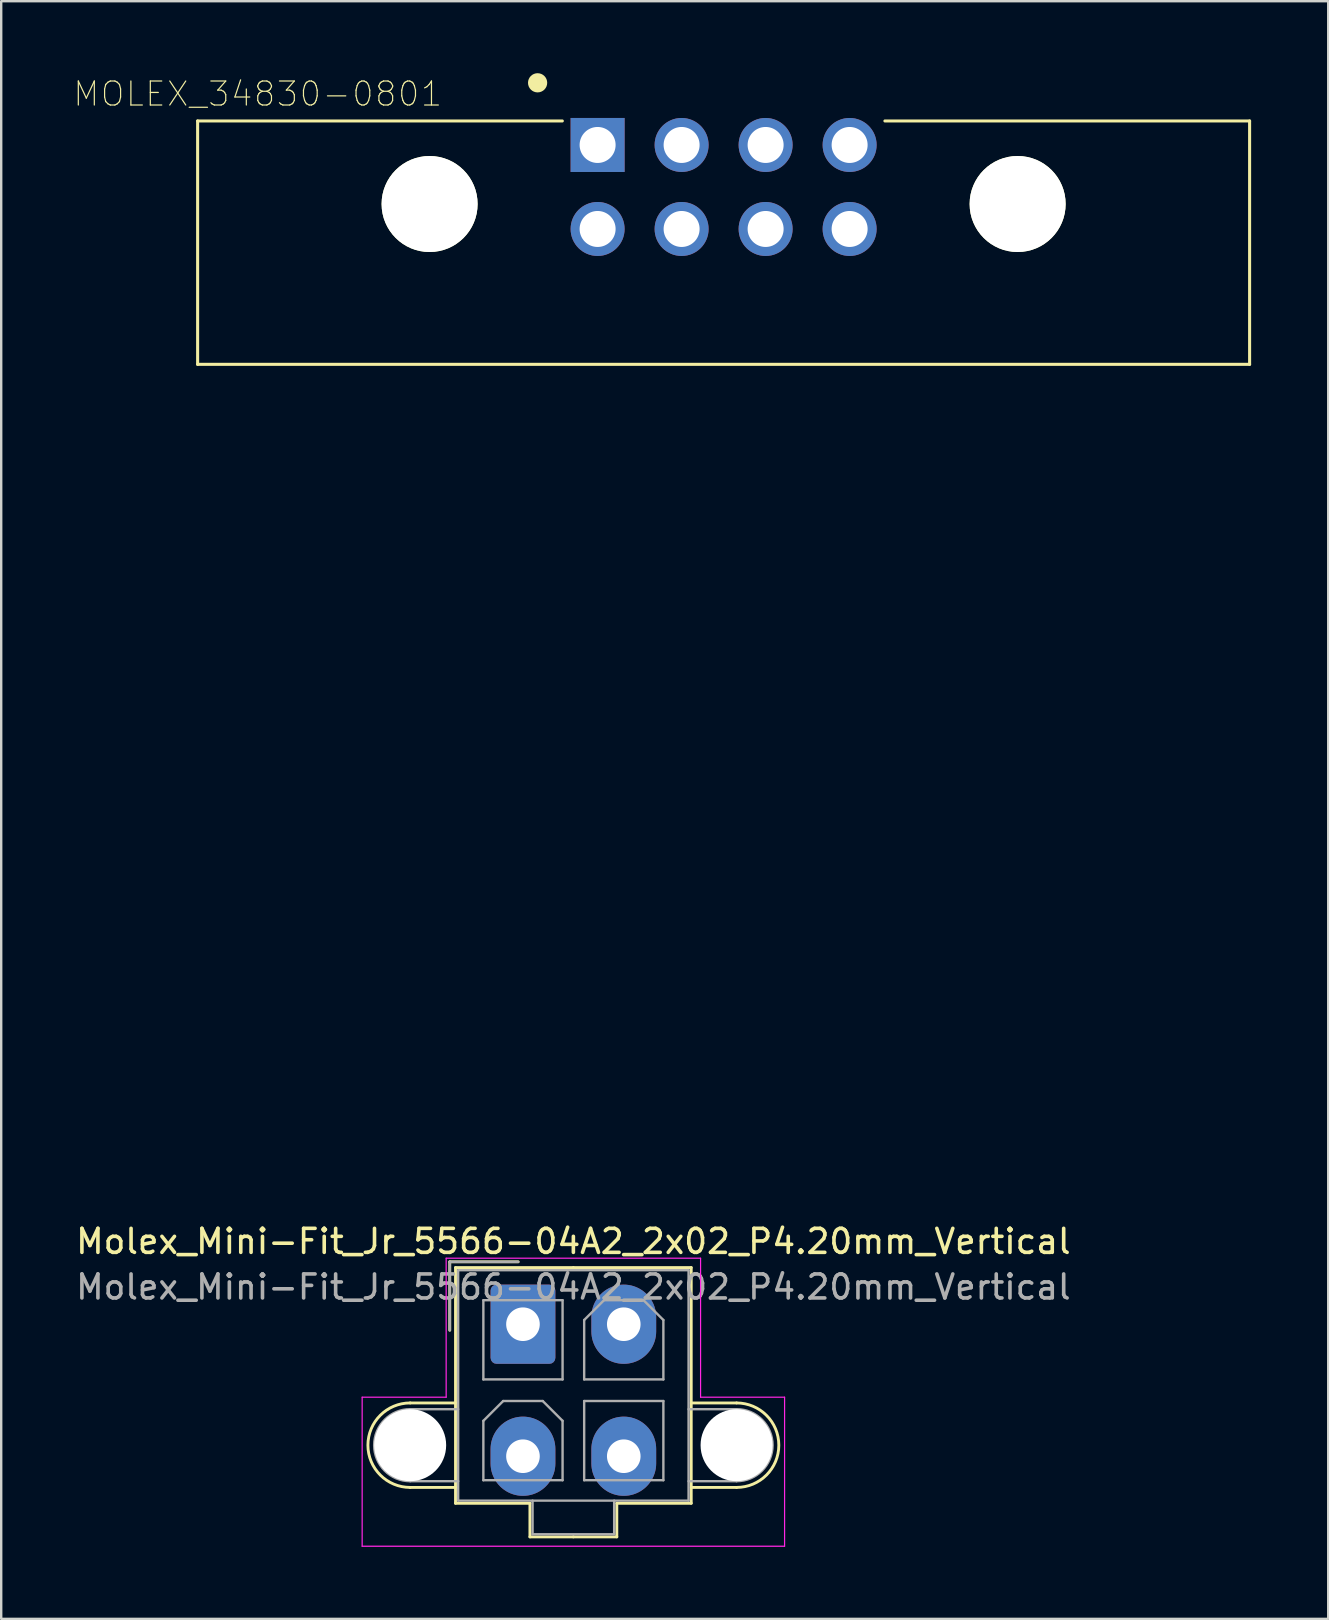
<source format=kicad_pcb>
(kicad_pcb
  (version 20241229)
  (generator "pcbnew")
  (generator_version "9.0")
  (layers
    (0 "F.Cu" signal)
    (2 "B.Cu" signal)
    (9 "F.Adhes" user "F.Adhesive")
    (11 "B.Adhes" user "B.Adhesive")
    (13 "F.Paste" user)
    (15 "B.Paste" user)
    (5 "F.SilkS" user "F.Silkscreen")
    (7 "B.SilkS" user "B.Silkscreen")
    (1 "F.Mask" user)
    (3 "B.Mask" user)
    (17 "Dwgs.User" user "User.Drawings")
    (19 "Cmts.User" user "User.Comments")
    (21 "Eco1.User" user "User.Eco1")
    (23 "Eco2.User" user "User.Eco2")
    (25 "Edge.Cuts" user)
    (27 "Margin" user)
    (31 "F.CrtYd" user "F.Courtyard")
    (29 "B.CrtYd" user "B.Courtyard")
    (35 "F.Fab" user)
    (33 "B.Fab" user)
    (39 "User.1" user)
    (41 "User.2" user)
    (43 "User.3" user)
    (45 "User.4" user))
  (footprint "Molex_Mini-Fit_Jr_5566-04A2_2x02_P4.20mm_Vertical"
    (layer "F.Cu")
    (at 18.739 52.123)
    (property "Reference" "Molex_Mini-Fit_Jr_5566-04A2_2x02_P4.20mm_Vertical" (at 2.1 -3.45 0) (layer "F.SilkS") (effects (font (size 1 1) (thickness 0.15))))
    (attr through_hole)
    (fp_line (start -4.7 3.28) (end -2.81 3.28) (stroke (width 0.12) (type solid)) (layer "F.SilkS"))
    (fp_line (start -4.7 6.8) (end -2.81 6.8) (stroke (width 0.12) (type solid)) (layer "F.SilkS"))
    (fp_line (start -3.05 -2.6) (end -3.05 0.25) (stroke (width 0.12) (type solid)) (layer "F.SilkS"))
    (fp_line (start -2.81 -2.36) (end -2.81 7.46) (stroke (width 0.12) (type solid)) (layer "F.SilkS"))
    (fp_line (start -2.81 7.46) (end 0.29 7.46) (stroke (width 0.12) (type solid)) (layer "F.SilkS"))
    (fp_line (start -0.2 -2.6) (end -3.05 -2.6) (stroke (width 0.12) (type solid)) (layer "F.SilkS"))
    (fp_line (start 0.29 7.46) (end 0.29 8.86) (stroke (width 0.12) (type solid)) (layer "F.SilkS"))
    (fp_line (start 0.29 8.86) (end 2.1 8.86) (stroke (width 0.12) (type solid)) (layer "F.SilkS"))
    (fp_line (start 2.1 -2.36) (end -2.81 -2.36) (stroke (width 0.12) (type solid)) (layer "F.SilkS"))
    (fp_line (start 2.1 -2.36) (end 7.01 -2.36) (stroke (width 0.12) (type solid)) (layer "F.SilkS"))
    (fp_line (start 3.91 7.46) (end 3.91 8.86) (stroke (width 0.12) (type solid)) (layer "F.SilkS"))
    (fp_line (start 3.91 8.86) (end 2.1 8.86) (stroke (width 0.12) (type solid)) (layer "F.SilkS"))
    (fp_line (start 7.01 -2.36) (end 7.01 7.46) (stroke (width 0.12) (type solid)) (layer "F.SilkS"))
    (fp_line (start 7.01 7.46) (end 3.91 7.46) (stroke (width 0.12) (type solid)) (layer "F.SilkS"))
    (fp_line (start 8.9 3.28) (end 7.01 3.28) (stroke (width 0.12) (type solid)) (layer "F.SilkS"))
    (fp_line (start 8.9 6.8) (end 7.01 6.8) (stroke (width 0.12) (type solid)) (layer "F.SilkS"))
    (fp_arc (start -4.7 6.8) (mid -6.46 5.04) (end -4.7 3.28) (stroke (width 0.12) (type solid)) (layer "F.SilkS"))
    (fp_arc (start 8.9 3.28) (mid 10.66 5.04) (end 8.9 6.8) (stroke (width 0.12) (type solid)) (layer "F.SilkS"))
    (fp_line (start -6.7 3.04) (end -6.7 9.25) (stroke (width 0.05) (type solid)) (layer "F.CrtYd"))
    (fp_line (start -6.7 9.25) (end 10.9 9.25) (stroke (width 0.05) (type solid)) (layer "F.CrtYd"))
    (fp_line (start -3.2 -2.75) (end -3.2 3.04) (stroke (width 0.05) (type solid)) (layer "F.CrtYd"))
    (fp_line (start -3.2 3.04) (end -6.7 3.04) (stroke (width 0.05) (type solid)) (layer "F.CrtYd"))
    (fp_line (start 7.4 -2.75) (end -3.2 -2.75) (stroke (width 0.05) (type solid)) (layer "F.CrtYd"))
    (fp_line (start 7.4 3.04) (end 7.4 -2.75) (stroke (width 0.05) (type solid)) (layer "F.CrtYd"))
    (fp_line (start 10.9 3.04) (end 7.4 3.04) (stroke (width 0.05) (type solid)) (layer "F.CrtYd"))
    (fp_line (start 10.9 9.25) (end 10.9 3.04) (stroke (width 0.05) (type solid)) (layer "F.CrtYd"))
    (fp_line (start -4.7 3.54) (end -2.7 3.54) (stroke (width 0.1) (type solid)) (layer "F.Fab"))
    (fp_line (start -4.7 6.54) (end -2.7 6.54) (stroke (width 0.1) (type solid)) (layer "F.Fab"))
    (fp_line (start -3.05 -2.6) (end -3.05 0.25) (stroke (width 0.1) (type solid)) (layer "F.Fab"))
    (fp_line (start -2.7 -2.25) (end -2.7 7.35) (stroke (width 0.1) (type solid)) (layer "F.Fab"))
    (fp_line (start -2.7 7.35) (end 6.9 7.35) (stroke (width 0.1) (type solid)) (layer "F.Fab"))
    (fp_line (start -1.65 -1) (end -1.65 2.3) (stroke (width 0.1) (type solid)) (layer "F.Fab"))
    (fp_line (start -1.65 2.3) (end 1.65 2.3) (stroke (width 0.1) (type solid)) (layer "F.Fab"))
    (fp_line (start -1.65 4.025) (end -0.825 3.2) (stroke (width 0.1) (type solid)) (layer "F.Fab"))
    (fp_line (start -1.65 6.5) (end -1.65 4.025) (stroke (width 0.1) (type solid)) (layer "F.Fab"))
    (fp_line (start -0.825 3.2) (end 0.825 3.2) (stroke (width 0.1) (type solid)) (layer "F.Fab"))
    (fp_line (start -0.2 -2.6) (end -3.05 -2.6) (stroke (width 0.1) (type solid)) (layer "F.Fab"))
    (fp_line (start 0.4 7.35) (end 0.4 8.75) (stroke (width 0.1) (type solid)) (layer "F.Fab"))
    (fp_line (start 0.4 8.75) (end 3.8 8.75) (stroke (width 0.1) (type solid)) (layer "F.Fab"))
    (fp_line (start 0.825 3.2) (end 1.65 4.025) (stroke (width 0.1) (type solid)) (layer "F.Fab"))
    (fp_line (start 1.65 -1) (end -1.65 -1) (stroke (width 0.1) (type solid)) (layer "F.Fab"))
    (fp_line (start 1.65 2.3) (end 1.65 -1) (stroke (width 0.1) (type solid)) (layer "F.Fab"))
    (fp_line (start 1.65 4.025) (end 1.65 6.5) (stroke (width 0.1) (type solid)) (layer "F.Fab"))
    (fp_line (start 1.65 6.5) (end -1.65 6.5) (stroke (width 0.1) (type solid)) (layer "F.Fab"))
    (fp_line (start 2.55 -0.175) (end 3.375 -1) (stroke (width 0.1) (type solid)) (layer "F.Fab"))
    (fp_line (start 2.55 2.3) (end 2.55 -0.175) (stroke (width 0.1) (type solid)) (layer "F.Fab"))
    (fp_line (start 2.55 3.2) (end 2.55 6.5) (stroke (width 0.1) (type solid)) (layer "F.Fab"))
    (fp_line (start 2.55 6.5) (end 5.85 6.5) (stroke (width 0.1) (type solid)) (layer "F.Fab"))
    (fp_line (start 3.375 -1) (end 5.025 -1) (stroke (width 0.1) (type solid)) (layer "F.Fab"))
    (fp_line (start 3.8 8.75) (end 3.8 7.35) (stroke (width 0.1) (type solid)) (layer "F.Fab"))
    (fp_line (start 5.025 -1) (end 5.85 -0.175) (stroke (width 0.1) (type solid)) (layer "F.Fab"))
    (fp_line (start 5.85 -0.175) (end 5.85 2.3) (stroke (width 0.1) (type solid)) (layer "F.Fab"))
    (fp_line (start 5.85 2.3) (end 2.55 2.3) (stroke (width 0.1) (type solid)) (layer "F.Fab"))
    (fp_line (start 5.85 3.2) (end 2.55 3.2) (stroke (width 0.1) (type solid)) (layer "F.Fab"))
    (fp_line (start 5.85 6.5) (end 5.85 3.2) (stroke (width 0.1) (type solid)) (layer "F.Fab"))
    (fp_line (start 6.9 -2.25) (end -2.7 -2.25) (stroke (width 0.1) (type solid)) (layer "F.Fab"))
    (fp_line (start 6.9 7.35) (end 6.9 -2.25) (stroke (width 0.1) (type solid)) (layer "F.Fab"))
    (fp_line (start 8.9 3.54) (end 6.9 3.54) (stroke (width 0.1) (type solid)) (layer "F.Fab"))
    (fp_line (start 8.9 6.54) (end 6.9 6.54) (stroke (width 0.1) (type solid)) (layer "F.Fab"))
    (fp_arc (start -4.7 6.54) (mid -6.2 5.04) (end -4.7 3.54) (stroke (width 0.1) (type solid)) (layer "F.Fab"))
    (fp_arc (start 8.9 3.54) (mid 10.4 5.04) (end 8.9 6.54) (stroke (width 0.1) (type solid)) (layer "F.Fab"))
    (fp_text user "${REFERENCE}" (at 2.1 -1.55 0) (layer "F.Fab") (effects (font (size 1 1) (thickness 0.15))))
    (pad "" np_thru_hole circle (at -4.7 5.04) (size 3 3) (drill 3) (layers "*.Cu" "*.Mask"))
    (pad "" np_thru_hole circle (at 8.9 5.04) (size 3 3) (drill 3) (layers "*.Cu" "*.Mask"))
    (pad "1" thru_hole roundrect (at 0 0) (size 2.7 3.3) (drill 1.4) (layers "*.Cu" "*.Mask") (roundrect_rratio 0.093))
    (pad "2" thru_hole oval (at 4.2 0) (size 2.7 3.3) (drill 1.4) (layers "*.Cu" "*.Mask"))
    (pad "3" thru_hole oval (at 0 5.5) (size 2.7 3.3) (drill 1.4) (layers "*.Cu" "*.Mask"))
    (pad "4" thru_hole oval (at 4.2 5.5) (size 2.7 3.3) (drill 1.4) (layers "*.Cu" "*.Mask")))
  (footprint "MOLEX_34830-0801"
    (layer "F.Cu")
    (at 27.099 5.45)
    (property "Reference" "MOLEX_34830-0801" (at -19.41 -4.585 0) (layer "F.SilkS") (effects (font (size 1 1) (thickness 0.05))))
    (attr through_hole)
    (fp_line (start -21.915 -3.46) (end -21.915 6.68) (stroke (width 0.127) (type solid)) (layer "F.SilkS"))
    (fp_line (start -21.915 -3.46) (end -6.72 -3.46) (stroke (width 0.127) (type solid)) (layer "F.SilkS"))
    (fp_line (start -21.915 6.68) (end 21.915 6.68) (stroke (width 0.127) (type solid)) (layer "F.SilkS"))
    (fp_line (start 6.72 -3.46) (end 21.915 -3.46) (stroke (width 0.127) (type solid)) (layer "F.SilkS"))
    (fp_line (start 21.915 6.68) (end 21.915 -3.46) (stroke (width 0.127) (type solid)) (layer "F.SilkS"))
    (fp_circle (center -7.75 -5.05) (end -7.55 -5.05) (stroke (width 0.4) (type solid)) (fill no) (layer "F.SilkS"))
    (fp_line (start -22.165 -3.86) (end 22.165 -3.86) (stroke (width 0.05) (type solid)) (layer "Eco1.User"))
    (fp_line (start -22.165 39.35) (end -22.165 -3.86) (stroke (width 0.05) (type solid)) (layer "Eco1.User"))
    (fp_line (start 22.165 -3.86) (end 22.165 39.35) (stroke (width 0.05) (type solid)) (layer "Eco1.User"))
    (fp_line (start 22.165 39.35) (end -22.165 39.35) (stroke (width 0.05) (type solid)) (layer "Eco1.User"))
    (fp_line (start -21.915 -3.46) (end -21.915 6.68) (stroke (width 0.127) (type solid)) (layer "Eco2.User"))
    (fp_line (start -21.915 6.68) (end -21.915 39.1) (stroke (width 0.127) (type solid)) (layer "Eco2.User"))
    (fp_line (start -21.915 6.68) (end 21.915 6.68) (stroke (width 0.127) (type solid)) (layer "Eco2.User"))
    (fp_line (start -21.915 39.1) (end 21.915 39.1) (stroke (width 0.127) (type solid)) (layer "Eco2.User"))
    (fp_line (start 21.915 -3.46) (end -21.915 -3.46) (stroke (width 0.127) (type solid)) (layer "Eco2.User"))
    (fp_line (start 21.915 6.68) (end 21.915 -3.46) (stroke (width 0.127) (type solid)) (layer "Eco2.User"))
    (fp_line (start 21.915 39.1) (end 21.915 6.68) (stroke (width 0.127) (type solid)) (layer "Eco2.User"))
    (fp_circle (center -7.75 -5.05) (end -7.55 -5.05) (stroke (width 0.4) (type solid)) (fill no) (layer "Eco2.User"))
    (fp_text user "PCB~{EDGE}" (at 15.4 6.3 0) (layer "Edge.Cuts") (effects (font (size 1 1) (thickness 0.05))))
    (pad "" np_thru_hole circle (at -12.25 0) (size 4 4) (drill 4) (layers "*.Cu" "*.Mask" "F.SilkS"))
    (pad "" np_thru_hole circle (at 12.25 0) (size 4 4) (drill 4) (layers "*.Cu" "*.Mask" "F.SilkS"))
    (pad "1" thru_hole rect (at -5.25 -2.46) (size 2.25 2.25) (drill 1.5) (layers "*.Cu" "*.Mask"))
    (pad "2" thru_hole circle (at -1.75 -2.46) (size 2.25 2.25) (drill 1.5) (layers "*.Cu" "*.Mask"))
    (pad "3" thru_hole circle (at 1.75 -2.46) (size 2.25 2.25) (drill 1.5) (layers "*.Cu" "*.Mask"))
    (pad "4" thru_hole circle (at 5.25 -2.46) (size 2.25 2.25) (drill 1.5) (layers "*.Cu" "*.Mask"))
    (pad "5" thru_hole circle (at -5.25 1.04) (size 2.25 2.25) (drill 1.5) (layers "*.Cu" "*.Mask"))
    (pad "6" thru_hole circle (at -1.75 1.04) (size 2.25 2.25) (drill 1.5) (layers "*.Cu" "*.Mask"))
    (pad "7" thru_hole circle (at 1.75 1.04) (size 2.25 2.25) (drill 1.5) (layers "*.Cu" "*.Mask"))
    (pad "8" thru_hole circle (at 5.25 1.04) (size 2.25 2.25) (drill 1.5) (layers "*.Cu" "*.Mask")))
  (gr_rect
    (start -3 -3)
    (end 52.289 64.398)
    (stroke (width 0.1) (type default))
    (fill no)
    (layer "Edge.Cuts")))
</source>
